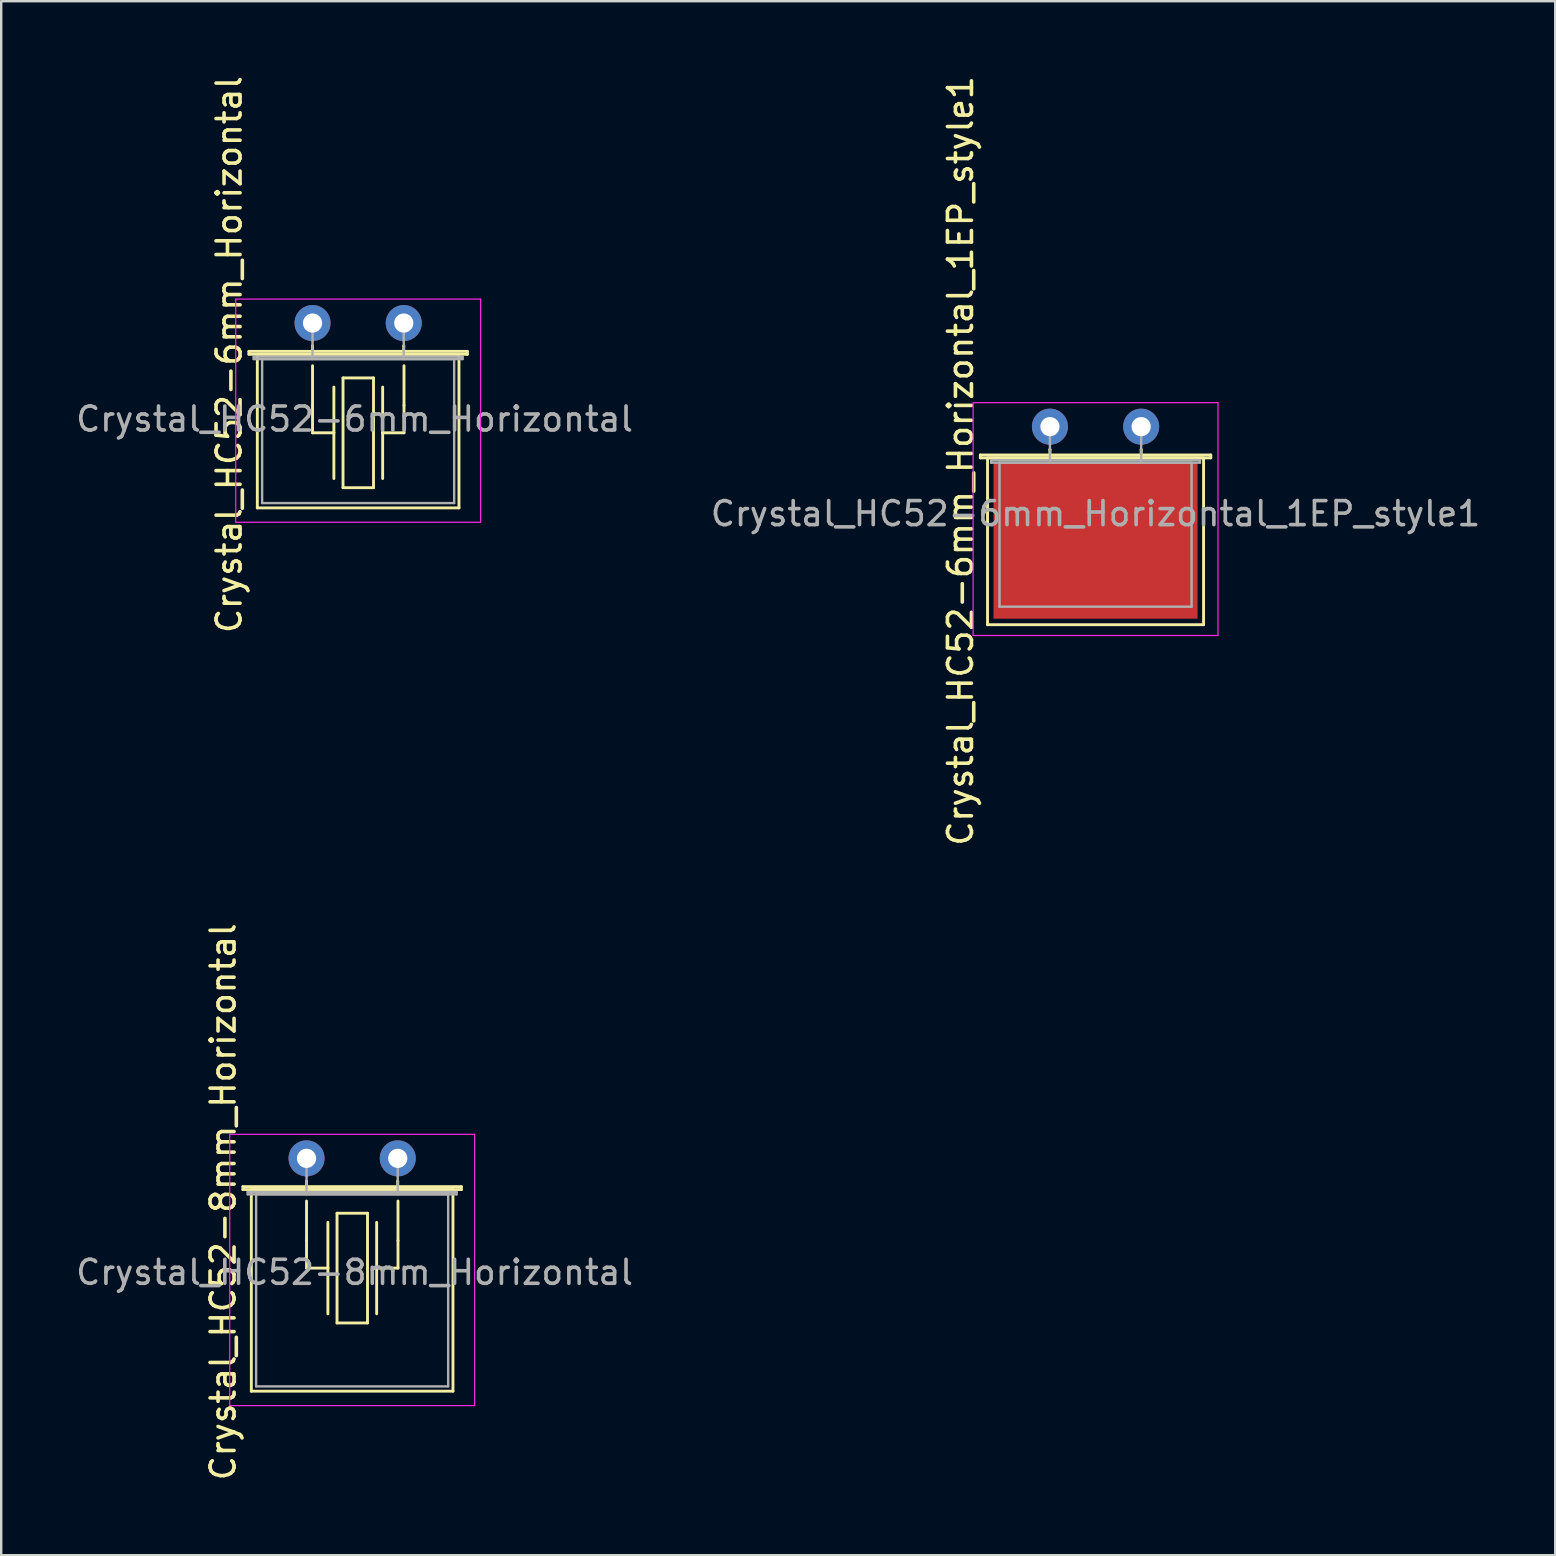
<source format=kicad_pcb>
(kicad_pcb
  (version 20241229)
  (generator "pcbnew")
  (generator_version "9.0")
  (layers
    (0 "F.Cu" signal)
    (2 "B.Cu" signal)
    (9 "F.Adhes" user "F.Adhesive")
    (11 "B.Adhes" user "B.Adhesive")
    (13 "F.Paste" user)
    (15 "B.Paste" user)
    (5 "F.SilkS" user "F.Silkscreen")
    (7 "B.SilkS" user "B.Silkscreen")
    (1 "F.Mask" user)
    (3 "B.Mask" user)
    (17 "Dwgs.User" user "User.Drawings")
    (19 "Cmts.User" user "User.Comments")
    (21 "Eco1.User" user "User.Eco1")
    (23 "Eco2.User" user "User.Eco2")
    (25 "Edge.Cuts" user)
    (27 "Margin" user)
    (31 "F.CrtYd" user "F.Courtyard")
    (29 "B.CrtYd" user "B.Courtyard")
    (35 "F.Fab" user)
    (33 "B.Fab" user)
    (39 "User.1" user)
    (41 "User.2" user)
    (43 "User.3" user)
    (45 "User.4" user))
  (footprint "Crystal_HC52-8mm_Horizontal"
    (layer "F.Cu")
    (at 9.72 45.205)
    (property "Reference" "Crystal_HC52-8mm_Horizontal" (at -3.475 1.812 90) (layer "F.SilkS") (effects (font (size 1 1) (thickness 0.15))))
    (attr through_hole)
    (fp_line (start -2.65 1.18) (end 6.45 1.18) (stroke (width 0.12) (type solid)) (layer "F.SilkS"))
    (fp_line (start -2.65 1.3) (end -2.65 1.18) (stroke (width 0.12) (type solid)) (layer "F.SilkS"))
    (fp_line (start -2.3 1.3) (end -2.3 9.7) (stroke (width 0.12) (type solid)) (layer "F.SilkS"))
    (fp_line (start -2.3 9.7) (end 6.1 9.7) (stroke (width 0.12) (type solid)) (layer "F.SilkS"))
    (fp_line (start 0 0.95) (end 0 0.95) (stroke (width 0.12) (type solid)) (layer "F.SilkS"))
    (fp_line (start 0 1.3) (end 0 0.95) (stroke (width 0.12) (type solid)) (layer "F.SilkS"))
    (fp_line (start 0 1.778) (end 0 3.429) (stroke (width 0.12) (type solid)) (layer "F.SilkS"))
    (fp_line (start 0 3.429) (end 0 4.572) (stroke (width 0.12) (type solid)) (layer "F.SilkS"))
    (fp_line (start 0 4.572) (end 0.889 4.572) (stroke (width 0.12) (type solid)) (layer "F.SilkS"))
    (fp_line (start 0.889 4.572) (end 0.889 2.667) (stroke (width 0.12) (type solid)) (layer "F.SilkS"))
    (fp_line (start 0.889 6.477) (end 0.889 4.572) (stroke (width 0.12) (type solid)) (layer "F.SilkS"))
    (fp_line (start 1.27 2.286) (end 1.27 6.858) (stroke (width 0.12) (type solid)) (layer "F.SilkS"))
    (fp_line (start 1.27 6.858) (end 2.54 6.858) (stroke (width 0.12) (type solid)) (layer "F.SilkS"))
    (fp_line (start 2.54 2.286) (end 1.27 2.286) (stroke (width 0.12) (type solid)) (layer "F.SilkS"))
    (fp_line (start 2.54 6.858) (end 2.54 2.286) (stroke (width 0.12) (type solid)) (layer "F.SilkS"))
    (fp_line (start 2.921 2.667) (end 2.921 4.572) (stroke (width 0.12) (type solid)) (layer "F.SilkS"))
    (fp_line (start 2.921 4.572) (end 2.921 6.477) (stroke (width 0.12) (type solid)) (layer "F.SilkS"))
    (fp_line (start 3.8 0.95) (end 3.8 0.95) (stroke (width 0.12) (type solid)) (layer "F.SilkS"))
    (fp_line (start 3.8 1.3) (end 3.8 0.95) (stroke (width 0.12) (type solid)) (layer "F.SilkS"))
    (fp_line (start 3.81 1.778) (end 3.81 3.429) (stroke (width 0.12) (type solid)) (layer "F.SilkS"))
    (fp_line (start 3.81 3.429) (end 3.81 4.572) (stroke (width 0.12) (type solid)) (layer "F.SilkS"))
    (fp_line (start 3.81 4.572) (end 2.921 4.572) (stroke (width 0.12) (type solid)) (layer "F.SilkS"))
    (fp_line (start 6.1 1.3) (end -2.3 1.3) (stroke (width 0.12) (type solid)) (layer "F.SilkS"))
    (fp_line (start 6.1 9.7) (end 6.1 1.3) (stroke (width 0.12) (type solid)) (layer "F.SilkS"))
    (fp_line (start 6.45 1.18) (end 6.45 1.3) (stroke (width 0.12) (type solid)) (layer "F.SilkS"))
    (fp_line (start 6.45 1.3) (end -2.65 1.3) (stroke (width 0.12) (type solid)) (layer "F.SilkS"))
    (fp_line (start -3.2 -1) (end -3.2 10.3) (stroke (width 0.05) (type solid)) (layer "F.CrtYd"))
    (fp_line (start -3.2 10.3) (end 7 10.3) (stroke (width 0.05) (type solid)) (layer "F.CrtYd"))
    (fp_line (start 7 -1) (end -3.2 -1) (stroke (width 0.05) (type solid)) (layer "F.CrtYd"))
    (fp_line (start 7 10.3) (end 7 -1) (stroke (width 0.05) (type solid)) (layer "F.CrtYd"))
    (fp_line (start -2.45 1.4) (end 6.25 1.4) (stroke (width 0.1) (type solid)) (layer "F.Fab"))
    (fp_line (start -2.45 1.5) (end -2.45 1.4) (stroke (width 0.1) (type solid)) (layer "F.Fab"))
    (fp_line (start -2.1 1.5) (end -2.1 9.5) (stroke (width 0.1) (type solid)) (layer "F.Fab"))
    (fp_line (start -2.1 9.5) (end 5.9 9.5) (stroke (width 0.1) (type solid)) (layer "F.Fab"))
    (fp_line (start 0 0.75) (end 0 0) (stroke (width 0.1) (type solid)) (layer "F.Fab"))
    (fp_line (start 0 1.5) (end 0 0.75) (stroke (width 0.1) (type solid)) (layer "F.Fab"))
    (fp_line (start 3.8 0.75) (end 3.8 0) (stroke (width 0.1) (type solid)) (layer "F.Fab"))
    (fp_line (start 3.8 1.5) (end 3.8 0.75) (stroke (width 0.1) (type solid)) (layer "F.Fab"))
    (fp_line (start 5.9 1.5) (end -2.1 1.5) (stroke (width 0.1) (type solid)) (layer "F.Fab"))
    (fp_line (start 5.9 9.5) (end 5.9 1.5) (stroke (width 0.1) (type solid)) (layer "F.Fab"))
    (fp_line (start 6.25 1.4) (end 6.25 1.5) (stroke (width 0.1) (type solid)) (layer "F.Fab"))
    (fp_line (start 6.25 1.5) (end -2.45 1.5) (stroke (width 0.1) (type solid)) (layer "F.Fab"))
    (fp_text user "${REFERENCE}" (at 2 4.75 0) (layer "F.Fab") (effects (font (size 1 1) (thickness 0.15))))
    (pad "1" thru_hole circle (at 0 0) (size 1.5 1.5) (drill 0.8) (layers "*.Cu" "*.Mask"))
    (pad "2" thru_hole circle (at 3.8 0) (size 1.5 1.5) (drill 0.8) (layers "*.Cu" "*.Mask")))
  (footprint "Crystal_HC52-6mm_Horizontal"
    (layer "F.Cu")
    (at 9.97 10.408)
    (property "Reference" "Crystal_HC52-6mm_Horizontal" (at -3.475 1.312 90) (layer "F.SilkS") (effects (font (size 1 1) (thickness 0.15))))
    (attr through_hole)
    (fp_line (start -2.65 1.18) (end 6.45 1.18) (stroke (width 0.12) (type solid)) (layer "F.SilkS"))
    (fp_line (start -2.65 1.3) (end -2.65 1.18) (stroke (width 0.12) (type solid)) (layer "F.SilkS"))
    (fp_line (start -2.3 1.3) (end -2.3 7.7) (stroke (width 0.12) (type solid)) (layer "F.SilkS"))
    (fp_line (start -2.3 7.7) (end 6.1 7.7) (stroke (width 0.12) (type solid)) (layer "F.SilkS"))
    (fp_line (start 0 0.95) (end 0 0.95) (stroke (width 0.12) (type solid)) (layer "F.SilkS"))
    (fp_line (start 0 1.3) (end 0 0.95) (stroke (width 0.12) (type solid)) (layer "F.SilkS"))
    (fp_line (start 0 1.778) (end 0 3.429) (stroke (width 0.12) (type solid)) (layer "F.SilkS"))
    (fp_line (start 0 3.429) (end 0 4.572) (stroke (width 0.12) (type solid)) (layer "F.SilkS"))
    (fp_line (start 0 4.572) (end 0.889 4.572) (stroke (width 0.12) (type solid)) (layer "F.SilkS"))
    (fp_line (start 0.889 4.572) (end 0.889 2.667) (stroke (width 0.12) (type solid)) (layer "F.SilkS"))
    (fp_line (start 0.889 6.477) (end 0.889 4.572) (stroke (width 0.12) (type solid)) (layer "F.SilkS"))
    (fp_line (start 1.27 2.286) (end 1.27 6.858) (stroke (width 0.12) (type solid)) (layer "F.SilkS"))
    (fp_line (start 1.27 6.858) (end 2.54 6.858) (stroke (width 0.12) (type solid)) (layer "F.SilkS"))
    (fp_line (start 2.54 2.286) (end 1.27 2.286) (stroke (width 0.12) (type solid)) (layer "F.SilkS"))
    (fp_line (start 2.54 6.858) (end 2.54 2.286) (stroke (width 0.12) (type solid)) (layer "F.SilkS"))
    (fp_line (start 2.921 2.667) (end 2.921 4.572) (stroke (width 0.12) (type solid)) (layer "F.SilkS"))
    (fp_line (start 2.921 4.572) (end 2.921 6.477) (stroke (width 0.12) (type solid)) (layer "F.SilkS"))
    (fp_line (start 3.8 0.95) (end 3.8 0.95) (stroke (width 0.12) (type solid)) (layer "F.SilkS"))
    (fp_line (start 3.8 1.3) (end 3.8 0.95) (stroke (width 0.12) (type solid)) (layer "F.SilkS"))
    (fp_line (start 3.81 1.778) (end 3.81 3.429) (stroke (width 0.12) (type solid)) (layer "F.SilkS"))
    (fp_line (start 3.81 3.429) (end 3.81 4.572) (stroke (width 0.12) (type solid)) (layer "F.SilkS"))
    (fp_line (start 3.81 4.572) (end 2.921 4.572) (stroke (width 0.12) (type solid)) (layer "F.SilkS"))
    (fp_line (start 6.1 1.3) (end -2.3 1.3) (stroke (width 0.12) (type solid)) (layer "F.SilkS"))
    (fp_line (start 6.1 7.7) (end 6.1 1.3) (stroke (width 0.12) (type solid)) (layer "F.SilkS"))
    (fp_line (start 6.45 1.18) (end 6.45 1.3) (stroke (width 0.12) (type solid)) (layer "F.SilkS"))
    (fp_line (start 6.45 1.3) (end -2.65 1.3) (stroke (width 0.12) (type solid)) (layer "F.SilkS"))
    (fp_line (start -3.2 -1) (end -3.2 8.3) (stroke (width 0.05) (type solid)) (layer "F.CrtYd"))
    (fp_line (start -3.2 8.3) (end 7 8.3) (stroke (width 0.05) (type solid)) (layer "F.CrtYd"))
    (fp_line (start 7 -1) (end -3.2 -1) (stroke (width 0.05) (type solid)) (layer "F.CrtYd"))
    (fp_line (start 7 8.3) (end 7 -1) (stroke (width 0.05) (type solid)) (layer "F.CrtYd"))
    (fp_line (start -2.45 1.4) (end 6.25 1.4) (stroke (width 0.1) (type solid)) (layer "F.Fab"))
    (fp_line (start -2.45 1.5) (end -2.45 1.4) (stroke (width 0.1) (type solid)) (layer "F.Fab"))
    (fp_line (start -2.1 1.5) (end -2.1 7.5) (stroke (width 0.1) (type solid)) (layer "F.Fab"))
    (fp_line (start -2.1 7.5) (end 5.9 7.5) (stroke (width 0.1) (type solid)) (layer "F.Fab"))
    (fp_line (start 0 0.75) (end 0 0) (stroke (width 0.1) (type solid)) (layer "F.Fab"))
    (fp_line (start 0 1.5) (end 0 0.75) (stroke (width 0.1) (type solid)) (layer "F.Fab"))
    (fp_line (start 3.8 0.75) (end 3.8 0) (stroke (width 0.1) (type solid)) (layer "F.Fab"))
    (fp_line (start 3.8 1.5) (end 3.8 0.75) (stroke (width 0.1) (type solid)) (layer "F.Fab"))
    (fp_line (start 5.9 1.5) (end -2.1 1.5) (stroke (width 0.1) (type solid)) (layer "F.Fab"))
    (fp_line (start 5.9 7.5) (end 5.9 1.5) (stroke (width 0.1) (type solid)) (layer "F.Fab"))
    (fp_line (start 6.25 1.4) (end 6.25 1.5) (stroke (width 0.1) (type solid)) (layer "F.Fab"))
    (fp_line (start 6.25 1.5) (end -2.45 1.5) (stroke (width 0.1) (type solid)) (layer "F.Fab"))
    (fp_text user "${REFERENCE}" (at 1.75 4 0) (layer "F.Fab") (effects (font (size 1 1) (thickness 0.15))))
    (pad "1" thru_hole circle (at 0 0) (size 1.5 1.5) (drill 0.8) (layers "*.Cu" "*.Mask"))
    (pad "2" thru_hole circle (at 3.8 0) (size 1.5 1.5) (drill 0.8) (layers "*.Cu" "*.Mask")))
  (footprint "Crystal_HC52-6mm_Horizontal_1EP_style1"
    (layer "F.Cu")
    (at 40.689 14.724)
    (property "Reference" "Crystal_HC52-6mm_Horizontal_1EP_style1" (at -3.725 1.425 90) (layer "F.SilkS") (effects (font (size 1 1) (thickness 0.15))))
    (attr through_hole)
    (fp_line (start -2.9 1.18) (end 6.7 1.18) (stroke (width 0.12) (type solid)) (layer "F.SilkS"))
    (fp_line (start -2.9 1.3) (end -2.9 1.18) (stroke (width 0.12) (type solid)) (layer "F.SilkS"))
    (fp_line (start -2.6 1.3) (end -2.6 8.25) (stroke (width 0.12) (type solid)) (layer "F.SilkS"))
    (fp_line (start -2.6 8.25) (end 6.4 8.25) (stroke (width 0.12) (type solid)) (layer "F.SilkS"))
    (fp_line (start 0 0.95) (end 0 0.95) (stroke (width 0.12) (type solid)) (layer "F.SilkS"))
    (fp_line (start 0 1.3) (end 0 0.95) (stroke (width 0.12) (type solid)) (layer "F.SilkS"))
    (fp_line (start 3.8 0.95) (end 3.8 0.95) (stroke (width 0.12) (type solid)) (layer "F.SilkS"))
    (fp_line (start 3.8 1.3) (end 3.8 0.95) (stroke (width 0.12) (type solid)) (layer "F.SilkS"))
    (fp_line (start 6.35 1.3) (end -2.55 1.3) (stroke (width 0.12) (type solid)) (layer "F.SilkS"))
    (fp_line (start 6.4 8.25) (end 6.4 1.3) (stroke (width 0.12) (type solid)) (layer "F.SilkS"))
    (fp_line (start 6.7 1.18) (end 6.7 1.3) (stroke (width 0.12) (type solid)) (layer "F.SilkS"))
    (fp_line (start 6.7 1.3) (end -2.9 1.3) (stroke (width 0.12) (type solid)) (layer "F.SilkS"))
    (fp_line (start -3.2 -1) (end -3.2 8.7) (stroke (width 0.05) (type solid)) (layer "F.CrtYd"))
    (fp_line (start -3.2 8.7) (end 7 8.7) (stroke (width 0.05) (type solid)) (layer "F.CrtYd"))
    (fp_line (start 7 -1) (end -3.2 -1) (stroke (width 0.05) (type solid)) (layer "F.CrtYd"))
    (fp_line (start 7 8.7) (end 7 -1) (stroke (width 0.05) (type solid)) (layer "F.CrtYd"))
    (fp_line (start -2.45 1.4) (end 6.25 1.4) (stroke (width 0.1) (type solid)) (layer "F.Fab"))
    (fp_line (start -2.45 1.5) (end -2.45 1.4) (stroke (width 0.1) (type solid)) (layer "F.Fab"))
    (fp_line (start -2.1 1.5) (end -2.1 7.5) (stroke (width 0.1) (type solid)) (layer "F.Fab"))
    (fp_line (start -2.1 7.5) (end 5.9 7.5) (stroke (width 0.1) (type solid)) (layer "F.Fab"))
    (fp_line (start 0 0.75) (end 0 0) (stroke (width 0.1) (type solid)) (layer "F.Fab"))
    (fp_line (start 0 1.5) (end 0 0.75) (stroke (width 0.1) (type solid)) (layer "F.Fab"))
    (fp_line (start 3.8 0.75) (end 3.8 0) (stroke (width 0.1) (type solid)) (layer "F.Fab"))
    (fp_line (start 3.8 1.5) (end 3.8 0.75) (stroke (width 0.1) (type solid)) (layer "F.Fab"))
    (fp_line (start 5.9 1.5) (end -2.1 1.5) (stroke (width 0.1) (type solid)) (layer "F.Fab"))
    (fp_line (start 5.9 7.5) (end 5.9 1.5) (stroke (width 0.1) (type solid)) (layer "F.Fab"))
    (fp_line (start 6.25 1.4) (end 6.25 1.5) (stroke (width 0.1) (type solid)) (layer "F.Fab"))
    (fp_line (start 6.25 1.5) (end -2.45 1.5) (stroke (width 0.1) (type solid)) (layer "F.Fab"))
    (fp_text user "${REFERENCE}" (at 1.9 3.625 0) (layer "F.Fab") (effects (font (size 1 1) (thickness 0.15))))
    (pad "1" thru_hole circle (at 0 0) (size 1.5 1.5) (drill 0.8) (layers "*.Cu" "*.Mask"))
    (pad "2" thru_hole circle (at 3.8 0) (size 1.5 1.5) (drill 0.8) (layers "*.Cu" "*.Mask"))
    (pad "3" smd rect (at 1.9 4.75) (size 8.5 6.5) (layers "F.Cu" "F.Mask" "F.Paste")))
  (gr_rect
    (start -3 -3)
    (end 61.738 61.738)
    (stroke (width 0.1) (type default))
    (fill no)
    (layer "Edge.Cuts")))
</source>
